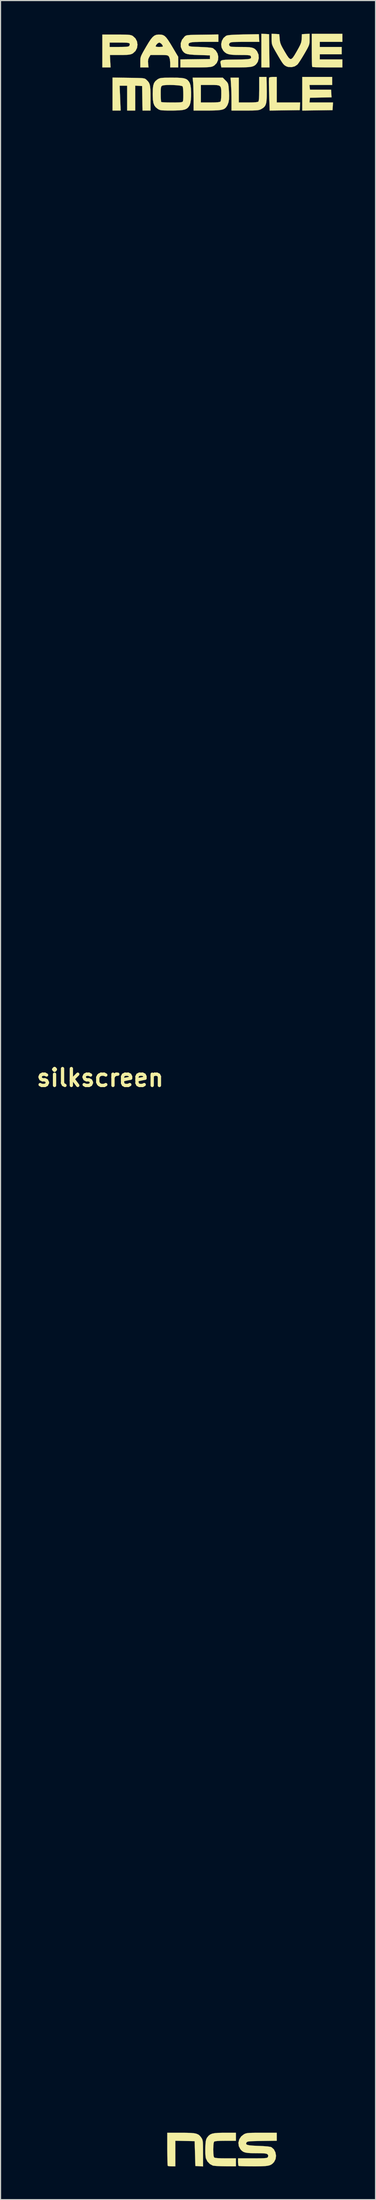
<source format=kicad_pcb>
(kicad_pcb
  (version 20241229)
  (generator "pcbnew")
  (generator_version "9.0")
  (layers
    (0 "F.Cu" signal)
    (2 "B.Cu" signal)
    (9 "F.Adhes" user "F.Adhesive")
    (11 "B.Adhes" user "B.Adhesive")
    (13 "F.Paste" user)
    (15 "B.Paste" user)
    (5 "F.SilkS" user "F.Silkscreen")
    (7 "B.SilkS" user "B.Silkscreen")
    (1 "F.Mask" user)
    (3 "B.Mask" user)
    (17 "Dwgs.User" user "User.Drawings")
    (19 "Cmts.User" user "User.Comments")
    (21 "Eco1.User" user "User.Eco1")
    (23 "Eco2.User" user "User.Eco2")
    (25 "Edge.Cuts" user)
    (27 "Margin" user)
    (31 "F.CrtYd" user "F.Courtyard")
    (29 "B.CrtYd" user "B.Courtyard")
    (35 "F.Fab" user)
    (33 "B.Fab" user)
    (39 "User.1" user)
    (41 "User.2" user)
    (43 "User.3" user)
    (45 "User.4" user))
  (footprint "silkscreen"
    (layer "F.Cu")
    (at 6.031 94.534)
    (property "Reference" "silkscreen" (at 0 0 0) (layer "F.SilkS") (effects (font (size 1.524 1.524) (thickness 0.3))))
    (attr through_hole)
    (fp_poly (pts (xy 14.965 -94.509) (xy 15.313 -94.489) (xy 15.331 -92.985) (xy 15.348 -91.48) (xy 14.618 -91.48) (xy 14.618 -94.529) (xy 14.965 -94.509)) (stroke (width 0.01) (type solid)) (fill yes) (layer "F.SilkS"))
    (fp_poly (pts (xy 16.007 -88.305) (xy 18.131 -88.305) (xy 18.111 -87.957) (xy 18.091 -87.61) (xy 16.728 -87.592) (xy 15.366 -87.574) (xy 15.319 -89.031) (xy 15.307 -89.459) (xy 15.3 -89.843) (xy 15.297 -90.163) (xy 15.3 -90.4) (xy 15.308 -90.533) (xy 15.313 -90.554) (xy 15.398 -90.592) (xy 15.568 -90.616) (xy 15.68 -90.62) (xy 16.007 -90.62) (xy 16.007 -88.305)) (stroke (width 0.01) (type solid)) (fill yes) (layer "F.SilkS"))
    (fp_poly (pts (xy 21.034 -89.892) (xy 18.975 -89.892) (xy 18.996 -89.677) (xy 19.017 -89.462) (xy 20.935 -89.462) (xy 20.955 -89.117) (xy 20.975 -88.771) (xy 19.017 -88.735) (xy 18.996 -88.52) (xy 18.975 -88.305) (xy 21.107 -88.305) (xy 21.087 -87.957) (xy 21.067 -87.61) (xy 19.695 -87.592) (xy 18.322 -87.574) (xy 18.322 -90.62) (xy 21.034 -90.62) (xy 21.034 -89.892)) (stroke (width 0.01) (type solid)) (fill yes) (layer "F.SilkS"))
    (fp_poly (pts (xy 21.96 -93.795) (xy 19.91 -93.795) (xy 19.91 -93.332) (xy 21.894 -93.332) (xy 21.894 -92.67) (xy 19.91 -92.67) (xy 19.91 -92.207) (xy 21.96 -92.207) (xy 21.96 -91.48) (xy 20.615 -91.48) (xy 20.206 -91.482) (xy 19.843 -91.488) (xy 19.546 -91.496) (xy 19.336 -91.508) (xy 19.233 -91.521) (xy 19.226 -91.524) (xy 19.214 -91.6) (xy 19.202 -91.789) (xy 19.193 -92.071) (xy 19.186 -92.427) (xy 19.183 -92.838) (xy 19.182 -93.045) (xy 19.182 -94.522) (xy 21.96 -94.522) (xy 21.96 -93.795)) (stroke (width 0.01) (type solid)) (fill yes) (layer "F.SilkS"))
    (fp_poly (pts (xy 2.575 -90.541) (xy 3.048 -90.534) (xy 3.407 -90.527) (xy 3.671 -90.517) (xy 3.858 -90.503) (xy 3.985 -90.482) (xy 4.072 -90.453) (xy 4.137 -90.412) (xy 4.197 -90.359) (xy 4.201 -90.355) (xy 4.327 -90.229) (xy 4.419 -90.104) (xy 4.484 -89.958) (xy 4.526 -89.769) (xy 4.55 -89.514) (xy 4.561 -89.173) (xy 4.564 -88.721) (xy 4.564 -88.705) (xy 4.564 -87.577) (xy 3.84 -87.577) (xy 3.822 -88.685) (xy 3.803 -89.793) (xy 3.489 -89.813) (xy 3.175 -89.833) (xy 3.175 -87.577) (xy 2.447 -87.577) (xy 2.447 -89.826) (xy 1.766 -89.826) (xy 1.811 -88.702) (xy 1.857 -87.577) (xy 1.124 -87.577) (xy 1.124 -90.561) (xy 2.575 -90.541)) (stroke (width 0.01) (type solid)) (fill yes) (layer "F.SilkS"))
    (fp_poly (pts (xy 7.326 95.515) (xy 7.827 95.518) (xy 8.215 95.531) (xy 8.509 95.558) (xy 8.728 95.604) (xy 8.892 95.675) (xy 9.02 95.773) (xy 9.131 95.905) (xy 9.176 95.971) (xy 9.23 96.058) (xy 9.269 96.15) (xy 9.296 96.268) (xy 9.313 96.434) (xy 9.322 96.669) (xy 9.326 96.996) (xy 9.327 97.38) (xy 9.327 98.564) (xy 8.979 98.544) (xy 8.632 98.524) (xy 8.566 96.275) (xy 7.689 96.257) (xy 6.813 96.238) (xy 6.813 98.557) (xy 6.493 98.557) (xy 6.297 98.549) (xy 6.161 98.527) (xy 6.13 98.513) (xy 6.117 98.437) (xy 6.105 98.248) (xy 6.096 97.966) (xy 6.089 97.61) (xy 6.086 97.199) (xy 6.085 96.992) (xy 6.085 95.515) (xy 7.326 95.515)) (stroke (width 0.01) (type solid)) (fill yes) (layer "F.SilkS"))
    (fp_poly (pts (xy 15.097 -89.776) (xy 15.104 -89.24) (xy 15.101 -88.818) (xy 15.084 -88.494) (xy 15.048 -88.25) (xy 14.989 -88.068) (xy 14.904 -87.933) (xy 14.789 -87.825) (xy 14.638 -87.729) (xy 14.615 -87.716) (xy 14.518 -87.666) (xy 14.412 -87.63) (xy 14.277 -87.606) (xy 14.09 -87.59) (xy 13.83 -87.581) (xy 13.475 -87.578) (xy 13.137 -87.577) (xy 11.906 -87.577) (xy 11.906 -88.46) (xy 11.903 -88.86) (xy 11.893 -89.28) (xy 11.879 -89.668) (xy 11.863 -89.948) (xy 11.82 -90.554) (xy 12.568 -90.554) (xy 12.568 -88.305) (xy 13.414 -88.305) (xy 13.839 -88.311) (xy 14.134 -88.33) (xy 14.303 -88.363) (xy 14.34 -88.384) (xy 14.374 -88.473) (xy 14.398 -88.669) (xy 14.413 -88.979) (xy 14.42 -89.411) (xy 14.42 -89.542) (xy 14.42 -90.62) (xy 15.081 -90.62) (xy 15.097 -89.776)) (stroke (width 0.01) (type solid)) (fill yes) (layer "F.SilkS"))
    (fp_poly (pts (xy 1.472 -94.456) (xy 1.92 -94.455) (xy 2.257 -94.45) (xy 2.502 -94.44) (xy 2.676 -94.423) (xy 2.801 -94.397) (xy 2.895 -94.361) (xy 2.957 -94.327) (xy 3.194 -94.113) (xy 3.337 -93.841) (xy 3.385 -93.54) (xy 3.34 -93.239) (xy 3.203 -92.968) (xy 2.975 -92.758) (xy 2.908 -92.72) (xy 2.783 -92.67) (xy 2.624 -92.637) (xy 2.404 -92.616) (xy 2.097 -92.606) (xy 1.781 -92.604) (xy 0.884 -92.604) (xy 0.913 -92.042) (xy 0.943 -91.48) (xy 0.198 -91.48) (xy 0.198 -93.729) (xy 0.86 -93.729) (xy 0.86 -93.332) (xy 1.712 -93.332) (xy 2.093 -93.336) (xy 2.36 -93.348) (xy 2.531 -93.372) (xy 2.623 -93.408) (xy 2.639 -93.423) (xy 2.683 -93.556) (xy 2.673 -93.621) (xy 2.639 -93.665) (xy 2.563 -93.696) (xy 2.424 -93.715) (xy 2.201 -93.725) (xy 1.873 -93.728) (xy 1.746 -93.729) (xy 0.86 -93.729) (xy 0.198 -93.729) (xy 0.198 -94.456) (xy 1.472 -94.456)) (stroke (width 0.01) (type solid)) (fill yes) (layer "F.SilkS"))
    (fp_poly (pts (xy 12.303 96.242) (xy 11.357 96.242) (xy 10.916 96.247) (xy 10.601 96.263) (xy 10.407 96.29) (xy 10.332 96.322) (xy 10.29 96.435) (xy 10.263 96.667) (xy 10.253 97.007) (xy 10.253 97.036) (xy 10.261 97.383) (xy 10.287 97.624) (xy 10.328 97.746) (xy 10.332 97.75) (xy 10.43 97.787) (xy 10.644 97.812) (xy 10.978 97.826) (xy 11.357 97.83) (xy 12.303 97.83) (xy 12.303 98.557) (xy 11.361 98.551) (xy 11.002 98.545) (xy 10.676 98.532) (xy 10.411 98.514) (xy 10.24 98.492) (xy 10.213 98.486) (xy 9.946 98.346) (xy 9.723 98.112) (xy 9.583 97.83) (xy 9.553 97.648) (xy 9.534 97.371) (xy 9.53 97.037) (xy 9.534 96.863) (xy 9.549 96.528) (xy 9.571 96.295) (xy 9.606 96.132) (xy 9.659 96.01) (xy 9.706 95.936) (xy 9.829 95.787) (xy 9.967 95.677) (xy 10.144 95.6) (xy 10.38 95.552) (xy 10.697 95.525) (xy 11.116 95.515) (xy 11.304 95.515) (xy 12.303 95.515) (xy 12.303 96.242)) (stroke (width 0.01) (type solid)) (fill yes) (layer "F.SilkS"))
    (fp_poly (pts (xy 11.368 -90.298) (xy 11.484 -90.178) (xy 11.56 -90.073) (xy 11.608 -89.952) (xy 11.637 -89.78) (xy 11.66 -89.524) (xy 11.67 -89.381) (xy 11.691 -88.929) (xy 11.679 -88.579) (xy 11.631 -88.304) (xy 11.544 -88.076) (xy 11.5 -87.998) (xy 11.406 -87.862) (xy 11.295 -87.758) (xy 11.15 -87.683) (xy 10.952 -87.632) (xy 10.682 -87.6) (xy 10.323 -87.583) (xy 9.855 -87.577) (xy 9.697 -87.577) (xy 8.467 -87.577) (xy 8.467 -88.659) (xy 8.464 -89.061) (xy 8.457 -89.451) (xy 8.446 -89.794) (xy 8.44 -89.892) (xy 9.128 -89.892) (xy 9.128 -88.305) (xy 9.975 -88.305) (xy 10.399 -88.311) (xy 10.694 -88.33) (xy 10.863 -88.363) (xy 10.901 -88.384) (xy 10.943 -88.497) (xy 10.97 -88.727) (xy 10.98 -89.059) (xy 10.98 -89.074) (xy 10.978 -89.383) (xy 10.957 -89.603) (xy 10.899 -89.748) (xy 10.784 -89.834) (xy 10.593 -89.876) (xy 10.307 -89.891) (xy 9.95 -89.892) (xy 9.128 -89.892) (xy 8.44 -89.892) (xy 8.432 -90.057) (xy 8.424 -90.147) (xy 8.382 -90.554) (xy 11.113 -90.554) (xy 11.368 -90.298)) (stroke (width 0.01) (type solid)) (fill yes) (layer "F.SilkS"))
    (fp_poly (pts (xy 18.984 -94.028) (xy 18.982 -93.828) (xy 18.97 -93.67) (xy 18.938 -93.526) (xy 18.875 -93.367) (xy 18.771 -93.166) (xy 18.616 -92.892) (xy 18.516 -92.719) (xy 18.331 -92.408) (xy 18.153 -92.125) (xy 18 -91.896) (xy 17.889 -91.749) (xy 17.87 -91.729) (xy 17.64 -91.578) (xy 17.35 -91.505) (xy 17.051 -91.52) (xy 16.9 -91.569) (xy 16.79 -91.625) (xy 16.694 -91.695) (xy 16.596 -91.797) (xy 16.484 -91.949) (xy 16.345 -92.168) (xy 16.163 -92.473) (xy 16.017 -92.724) (xy 15.831 -93.046) (xy 15.702 -93.281) (xy 15.619 -93.459) (xy 15.572 -93.606) (xy 15.55 -93.752) (xy 15.545 -93.925) (xy 15.544 -94.034) (xy 15.544 -94.529) (xy 15.892 -94.509) (xy 16.239 -94.489) (xy 16.273 -94.059) (xy 16.296 -93.861) (xy 16.336 -93.686) (xy 16.407 -93.502) (xy 16.522 -93.275) (xy 16.693 -92.976) (xy 16.729 -92.915) (xy 16.93 -92.581) (xy 17.086 -92.358) (xy 17.216 -92.246) (xy 17.336 -92.247) (xy 17.465 -92.362) (xy 17.62 -92.591) (xy 17.821 -92.934) (xy 17.838 -92.965) (xy 18.016 -93.284) (xy 18.136 -93.521) (xy 18.21 -93.708) (xy 18.25 -93.876) (xy 18.268 -94.056) (xy 18.27 -94.089) (xy 18.289 -94.489) (xy 18.637 -94.509) (xy 18.984 -94.529) (xy 18.984 -94.028)) (stroke (width 0.01) (type solid)) (fill yes) (layer "F.SilkS"))
    (fp_poly (pts (xy 5.538 -94.446) (xy 5.7 -94.406) (xy 5.847 -94.321) (xy 5.995 -94.176) (xy 6.16 -93.955) (xy 6.36 -93.643) (xy 6.534 -93.354) (xy 7.077 -92.439) (xy 7.077 -91.959) (xy 7.078 -91.48) (xy 6.35 -91.48) (xy 6.35 -91.879) (xy 6.326 -92.197) (xy 6.257 -92.418) (xy 6.243 -92.441) (xy 6.192 -92.51) (xy 6.13 -92.556) (xy 6.03 -92.584) (xy 5.869 -92.598) (xy 5.62 -92.604) (xy 5.349 -92.604) (xy 4.562 -92.604) (xy 4.436 -92.397) (xy 4.359 -92.226) (xy 4.335 -92.029) (xy 4.347 -91.835) (xy 4.384 -91.48) (xy 3.638 -91.48) (xy 3.638 -91.962) (xy 3.64 -92.148) (xy 3.651 -92.297) (xy 3.682 -92.437) (xy 3.743 -92.592) (xy 3.843 -92.788) (xy 3.991 -93.053) (xy 4.151 -93.328) (xy 4.183 -93.383) (xy 5.027 -93.383) (xy 5.087 -93.354) (xy 5.239 -93.335) (xy 5.358 -93.332) (xy 5.547 -93.341) (xy 5.666 -93.365) (xy 5.689 -93.383) (xy 5.639 -93.51) (xy 5.525 -93.641) (xy 5.396 -93.722) (xy 5.358 -93.729) (xy 5.236 -93.677) (xy 5.111 -93.558) (xy 5.034 -93.423) (xy 5.027 -93.383) (xy 4.183 -93.383) (xy 4.388 -93.725) (xy 4.582 -94.019) (xy 4.751 -94.223) (xy 4.909 -94.354) (xy 5.072 -94.426) (xy 5.257 -94.454) (xy 5.345 -94.456) (xy 5.538 -94.446)) (stroke (width 0.01) (type solid)) (fill yes) (layer "F.SilkS"))
    (fp_poly (pts (xy 10.716 -93.795) (xy 9.471 -93.795) (xy 8.982 -93.792) (xy 8.611 -93.781) (xy 8.343 -93.76) (xy 8.163 -93.725) (xy 8.058 -93.673) (xy 8.012 -93.602) (xy 8.011 -93.508) (xy 8.014 -93.493) (xy 8.032 -93.444) (xy 8.079 -93.408) (xy 8.174 -93.382) (xy 8.337 -93.364) (xy 8.588 -93.349) (xy 8.946 -93.336) (xy 9.063 -93.332) (xy 9.455 -93.314) (xy 9.79 -93.291) (xy 10.045 -93.262) (xy 10.197 -93.232) (xy 10.22 -93.222) (xy 10.477 -93.009) (xy 10.64 -92.741) (xy 10.709 -92.445) (xy 10.684 -92.147) (xy 10.564 -91.876) (xy 10.35 -91.658) (xy 10.225 -91.586) (xy 10.124 -91.549) (xy 9.986 -91.521) (xy 9.794 -91.501) (xy 9.529 -91.489) (xy 9.171 -91.482) (xy 8.702 -91.48) (xy 8.639 -91.48) (xy 7.276 -91.48) (xy 7.276 -92.205) (xy 9.955 -92.24) (xy 9.955 -92.571) (xy 8.926 -92.604) (xy 8.483 -92.622) (xy 8.15 -92.648) (xy 7.907 -92.687) (xy 7.73 -92.747) (xy 7.599 -92.833) (xy 7.492 -92.952) (xy 7.436 -93.033) (xy 7.306 -93.342) (xy 7.3 -93.664) (xy 7.415 -93.98) (xy 7.639 -94.258) (xy 7.699 -94.312) (xy 7.763 -94.353) (xy 7.848 -94.383) (xy 7.972 -94.404) (xy 8.154 -94.419) (xy 8.412 -94.429) (xy 8.765 -94.436) (xy 9.23 -94.443) (xy 9.266 -94.443) (xy 10.716 -94.463) (xy 10.716 -93.795)) (stroke (width 0.01) (type solid)) (fill yes) (layer "F.SilkS"))
    (fp_poly (pts (xy 16.007 96.239) (xy 14.675 96.257) (xy 14.217 96.265) (xy 13.874 96.273) (xy 13.629 96.286) (xy 13.462 96.303) (xy 13.358 96.326) (xy 13.298 96.358) (xy 13.271 96.389) (xy 13.229 96.485) (xy 13.251 96.558) (xy 13.348 96.613) (xy 13.534 96.652) (xy 13.822 96.68) (xy 14.225 96.7) (xy 14.373 96.705) (xy 14.843 96.727) (xy 15.2 96.756) (xy 15.437 96.794) (xy 15.531 96.825) (xy 15.748 97.019) (xy 15.886 97.286) (xy 15.941 97.59) (xy 15.905 97.891) (xy 15.772 98.153) (xy 15.762 98.164) (xy 15.646 98.29) (xy 15.524 98.386) (xy 15.377 98.456) (xy 15.185 98.504) (xy 14.929 98.534) (xy 14.59 98.551) (xy 14.148 98.557) (xy 13.871 98.557) (xy 13.472 98.555) (xy 13.119 98.549) (xy 12.833 98.54) (xy 12.636 98.528) (xy 12.548 98.515) (xy 12.546 98.513) (xy 12.52 98.426) (xy 12.504 98.255) (xy 12.502 98.149) (xy 12.502 97.83) (xy 13.822 97.83) (xy 14.273 97.829) (xy 14.61 97.826) (xy 14.85 97.818) (xy 15.011 97.805) (xy 15.113 97.784) (xy 15.171 97.754) (xy 15.205 97.713) (xy 15.211 97.702) (xy 15.24 97.569) (xy 15.176 97.47) (xy 15.109 97.428) (xy 14.996 97.398) (xy 14.815 97.379) (xy 14.545 97.37) (xy 14.165 97.367) (xy 14.147 97.367) (xy 13.716 97.362) (xy 13.393 97.343) (xy 13.156 97.305) (xy 12.98 97.241) (xy 12.842 97.145) (xy 12.719 97.012) (xy 12.708 96.997) (xy 12.563 96.717) (xy 12.533 96.411) (xy 12.61 96.111) (xy 12.786 95.844) (xy 13.023 95.659) (xy 13.118 95.61) (xy 13.216 95.574) (xy 13.34 95.548) (xy 13.508 95.531) (xy 13.742 95.521) (xy 14.061 95.516) (xy 14.486 95.515) (xy 14.644 95.515) (xy 16.007 95.515) (xy 16.007 96.239)) (stroke (width 0.01) (type solid)) (fill yes) (layer "F.SilkS"))
    (fp_poly (pts (xy 14.407 -94.142) (xy 14.427 -93.795) (xy 13.138 -93.795) (xy 12.681 -93.793) (xy 12.339 -93.788) (xy 12.093 -93.777) (xy 11.926 -93.76) (xy 11.82 -93.735) (xy 11.757 -93.701) (xy 11.746 -93.691) (xy 11.678 -93.571) (xy 11.71 -93.459) (xy 11.747 -93.409) (xy 11.809 -93.374) (xy 11.917 -93.352) (xy 12.093 -93.339) (xy 12.359 -93.333) (xy 12.735 -93.332) (xy 12.739 -93.332) (xy 13.177 -93.327) (xy 13.505 -93.31) (xy 13.748 -93.274) (xy 13.926 -93.212) (xy 14.063 -93.119) (xy 14.182 -92.988) (xy 14.229 -92.924) (xy 14.355 -92.641) (xy 14.379 -92.321) (xy 14.3 -92.013) (xy 14.224 -91.881) (xy 14.124 -91.754) (xy 14.013 -91.658) (xy 13.873 -91.587) (xy 13.686 -91.537) (xy 13.434 -91.505) (xy 13.098 -91.488) (xy 12.66 -91.481) (xy 12.308 -91.48) (xy 10.986 -91.48) (xy 10.944 -91.705) (xy 10.915 -91.859) (xy 10.905 -91.975) (xy 10.929 -92.059) (xy 11.002 -92.116) (xy 11.141 -92.152) (xy 11.36 -92.173) (xy 11.674 -92.183) (xy 12.1 -92.19) (xy 12.281 -92.192) (xy 12.759 -92.2) (xy 13.12 -92.211) (xy 13.377 -92.229) (xy 13.547 -92.257) (xy 13.643 -92.299) (xy 13.68 -92.357) (xy 13.673 -92.435) (xy 13.65 -92.505) (xy 13.613 -92.546) (xy 13.525 -92.574) (xy 13.367 -92.591) (xy 13.119 -92.601) (xy 12.761 -92.604) (xy 12.691 -92.604) (xy 12.245 -92.61) (xy 11.907 -92.63) (xy 11.654 -92.672) (xy 11.463 -92.74) (xy 11.31 -92.842) (xy 11.171 -92.983) (xy 11.159 -92.997) (xy 11.012 -93.266) (xy 10.971 -93.569) (xy 11.028 -93.871) (xy 11.176 -94.139) (xy 11.407 -94.337) (xy 11.432 -94.35) (xy 11.547 -94.384) (xy 11.75 -94.413) (xy 12.05 -94.435) (xy 12.459 -94.452) (xy 12.99 -94.464) (xy 12.998 -94.464) (xy 14.387 -94.489) (xy 14.407 -94.142)) (stroke (width 0.01) (type solid)) (fill yes) (layer "F.SilkS"))
    (fp_poly (pts (xy 6.98 -90.549) (xy 7.333 -90.531) (xy 7.595 -90.494) (xy 7.787 -90.431) (xy 7.928 -90.337) (xy 8.039 -90.205) (xy 8.116 -90.077) (xy 8.183 -89.874) (xy 8.226 -89.58) (xy 8.246 -89.231) (xy 8.243 -88.864) (xy 8.217 -88.518) (xy 8.168 -88.229) (xy 8.101 -88.04) (xy 7.992 -87.88) (xy 7.866 -87.761) (xy 7.7 -87.677) (xy 7.476 -87.623) (xy 7.172 -87.592) (xy 6.769 -87.579) (xy 6.476 -87.577) (xy 6.08 -87.578) (xy 5.793 -87.584) (xy 5.59 -87.597) (xy 5.448 -87.62) (xy 5.342 -87.656) (xy 5.249 -87.707) (xy 5.219 -87.727) (xy 5.038 -87.872) (xy 4.91 -88.042) (xy 4.827 -88.262) (xy 4.781 -88.556) (xy 4.764 -88.949) (xy 4.763 -89.074) (xy 5.49 -89.074) (xy 5.494 -88.786) (xy 5.505 -88.549) (xy 5.521 -88.393) (xy 5.534 -88.349) (xy 5.613 -88.333) (xy 5.799 -88.32) (xy 6.067 -88.31) (xy 6.393 -88.305) (xy 6.519 -88.305) (xy 6.898 -88.307) (xy 7.164 -88.314) (xy 7.338 -88.329) (xy 7.44 -88.354) (xy 7.49 -88.39) (xy 7.5 -88.409) (xy 7.524 -88.54) (xy 7.537 -88.757) (xy 7.539 -89.021) (xy 7.533 -89.292) (xy 7.517 -89.533) (xy 7.494 -89.705) (xy 7.476 -89.76) (xy 7.386 -89.803) (xy 7.194 -89.839) (xy 6.932 -89.867) (xy 6.63 -89.884) (xy 6.32 -89.891) (xy 6.031 -89.886) (xy 5.795 -89.868) (xy 5.644 -89.836) (xy 5.628 -89.829) (xy 5.566 -89.785) (xy 5.525 -89.715) (xy 5.503 -89.592) (xy 5.492 -89.391) (xy 5.49 -89.085) (xy 5.49 -89.074) (xy 4.763 -89.074) (xy 4.763 -89.098) (xy 4.773 -89.515) (xy 4.809 -89.825) (xy 4.88 -90.055) (xy 4.995 -90.228) (xy 5.163 -90.371) (xy 5.241 -90.422) (xy 5.337 -90.472) (xy 5.447 -90.508) (xy 5.597 -90.531) (xy 5.808 -90.545) (xy 6.105 -90.551) (xy 6.51 -90.553) (xy 6.515 -90.553) (xy 6.98 -90.549)) (stroke (width 0.01) (type solid)) (fill yes) (layer "F.SilkS")))
  (gr_rect
    (start -3 -3)
    (end 30.996 196.104)
    (stroke (width 0.1) (type default))
    (fill no)
    (layer "Edge.Cuts")))
</source>
